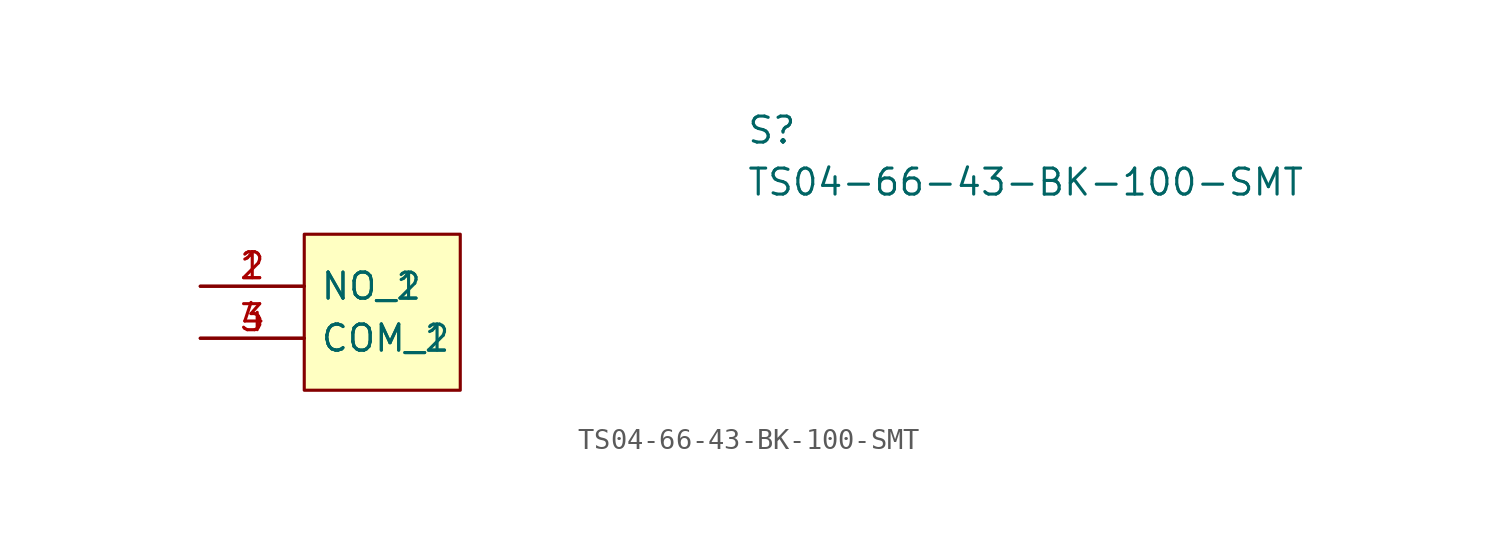
<source format=kicad_sym>
(kicad_symbol_lib
  (version 20220914)
  (generator kicad_symbol_editor)
  (symbol "TS04-66-43-BK-100-SMT"
    (pin_names
      (offset 0.762))
    (property "Reference" "S"
      (at 26.67 7.62 0)
      (effects (font (size 1.27 1.27)) (justify left)))
    (property "Value" "TS04-66-43-BK-100-SMT"
      (at 26.67 5.08 0)
      (effects (font (size 1.27 1.27)) (justify left)))
    (symbol "TS04-66-43-BK-100-SMT_0_0"
      (pin passive line (at 0 0 0) (length 5.08) (name "NO_1" (effects (font (size 1.27 1.27)))) (number "1" (effects (font (size 1.27 1.27)))))
      (pin passive line (at 0 0 0) (length 5.08) (name "NO_2" (effects (font (size 1.27 1.27)))) (number "2" (effects (font (size 1.27 1.27)))))
      (pin passive line (at 0 -2.54 0) (length 5.08) (name "COM_1" (effects (font (size 1.27 1.27)))) (number "3" (effects (font (size 1.27 1.27)))))
      (pin passive line (at 0 -2.54 0) (length 5.08) (name "COM_2" (effects (font (size 1.27 1.27)))) (number "4" (effects (font (size 1.27 1.27))))))
    (symbol "TS04-66-43-BK-100-SMT_0_1"
      (polyline (pts (xy 5.08 2.54) (xy 12.7 2.54) (xy 12.7 -5.08) (xy 5.08 -5.08) (xy 5.08 2.54)) (stroke (width 0.152) (type solid)) (fill (type background))))))
</source>
